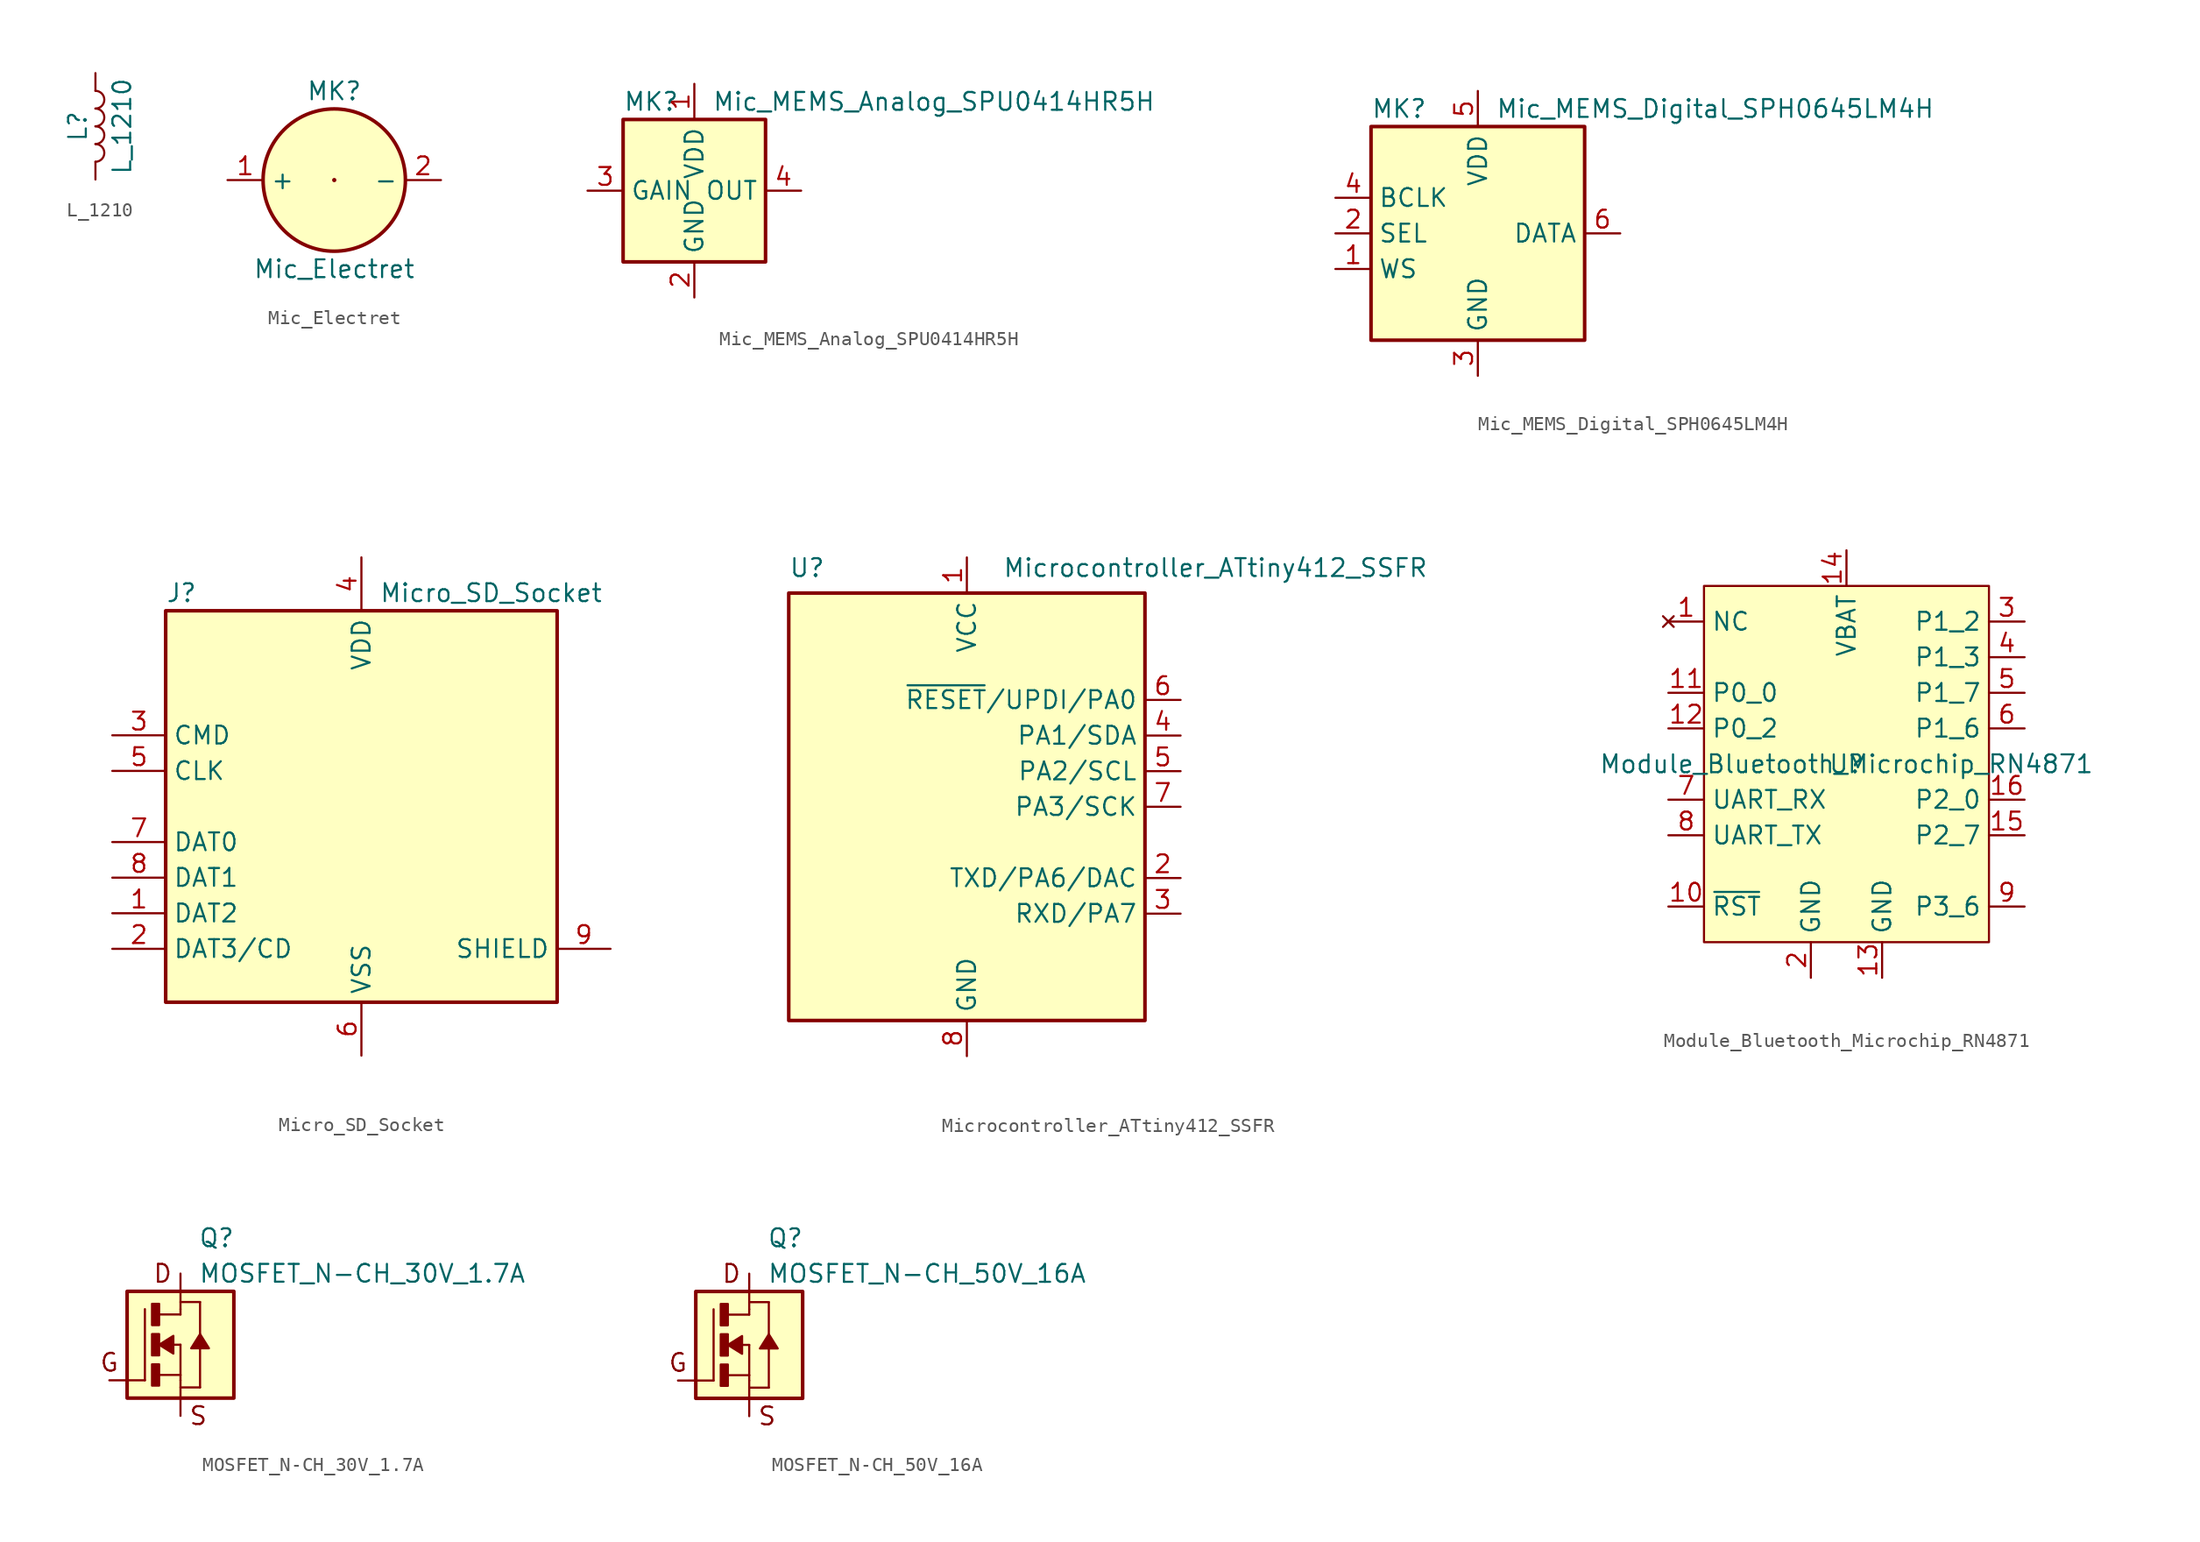
<source format=kicad_sym>
(kicad_symbol_lib
  (version 20211014)
  (generator kicad_symbol_editor)
  (symbol "L_1210"
    (pin_numbers hide)
    (pin_names hide)
    (property "Reference" "L"
      (at -1.27 0 90)
      (effects (font (size 1.27 1.27))))
    (property "Value" "L_1210"
      (at 1.905 0 90)
      (effects (font (size 1.27 1.27))))
    (symbol "L_1210_0_1"
      (arc (start 0 -2.54) (mid 0.635 -1.905) (end 0 -1.27) (stroke (width 0) (type default) (color 0 0 0 0)) (fill (type none)))
      (arc (start 0 -1.27) (mid 0.635 -0.635) (end 0 0) (stroke (width 0) (type default) (color 0 0 0 0)) (fill (type none)))
      (arc (start 0 0) (mid 0.635 0.635) (end 0 1.27) (stroke (width 0) (type default) (color 0 0 0 0)) (fill (type none)))
      (arc (start 0 1.27) (mid 0.635 1.905) (end 0 2.54) (stroke (width 0) (type default) (color 0 0 0 0)) (fill (type none))))
    (symbol "L_1210_1_1"
      (pin passive line (at 0 3.81 270) (length 1.27) (name "1" (effects (font (size 1.27 1.27)))) (number "1" (effects (font (size 1.27 1.27)))))
      (pin passive line (at 0 -3.81 90) (length 1.27) (name "2" (effects (font (size 1.27 1.27)))) (number "2" (effects (font (size 1.27 1.27)))))))
  (symbol "Mic_Electret"
    (property "Reference" "MK"
      (at 0 6.35 0)
      (effects (font (size 1.27 1.27))))
    (property "Value" "Mic_Electret"
      (at 0 -6.35 0)
      (effects (font (size 1.27 1.27))))
    (symbol "Mic_Electret_0_1"
      (circle (center 0 0) (radius 0.0001) (stroke (width 0) (type default) (color 0 0 0 0)) (fill (type none)))
      (circle (center 0 0) (radius 5.08) (stroke (width 0.254) (type default) (color 0 0 0 0)) (fill (type background))))
    (symbol "Mic_Electret_1_1"
      (pin passive line (at -7.62 0 0) (length 2.54) (name "+" (effects (font (size 1.27 1.27)))) (number "1" (effects (font (size 1.27 1.27)))))
      (pin passive line (at 7.62 0 180) (length 2.54) (name "-" (effects (font (size 1.27 1.27)))) (number "2" (effects (font (size 1.27 1.27)))))))
  (symbol "Mic_MEMS_Analog_SPU0414HR5H"
    (property "Reference" "MK"
      (at -5.08 6.35 0)
      (effects (font (size 1.27 1.27)) (justify left)))
    (property "Value" "Mic_MEMS_Analog_SPU0414HR5H"
      (at 1.27 6.35 0)
      (effects (font (size 1.27 1.27)) (justify left)))
    (symbol "Mic_MEMS_Analog_SPU0414HR5H_0_1"
      (rectangle (start -5.08 5.08) (end 5.08 -5.08) (stroke (width 0.254) (type default) (color 0 0 0 0)) (fill (type background))))
    (symbol "Mic_MEMS_Analog_SPU0414HR5H_1_1"
      (pin power_in line (at 0 7.62 270) (length 2.54) (name "VDD" (effects (font (size 1.27 1.27)))) (number "1" (effects (font (size 1.27 1.27)))))
      (pin power_in line (at 0 -7.62 90) (length 2.54) (name "GND" (effects (font (size 1.27 1.27)))) (number "2" (effects (font (size 1.27 1.27)))))
      (pin bidirectional line (at -7.62 0 0) (length 2.54) (name "GAIN" (effects (font (size 1.27 1.27)))) (number "3" (effects (font (size 1.27 1.27)))))
      (pin output line (at 7.62 0 180) (length 2.54) (name "OUT" (effects (font (size 1.27 1.27)))) (number "4" (effects (font (size 1.27 1.27)))))))
  (symbol "Mic_MEMS_Digital_SPH0645LM4H"
    (property "Reference" "MK"
      (at -7.62 8.89 0)
      (effects (font (size 1.27 1.27)) (justify left)))
    (property "Value" "Mic_MEMS_Digital_SPH0645LM4H"
      (at 1.27 8.89 0)
      (effects (font (size 1.27 1.27)) (justify left)))
    (symbol "Mic_MEMS_Digital_SPH0645LM4H_0_1"
      (rectangle (start -7.62 7.62) (end 7.62 -7.62) (stroke (width 0.254) (type default) (color 0 0 0 0)) (fill (type background))))
    (symbol "Mic_MEMS_Digital_SPH0645LM4H_1_1"
      (pin input line (at -10.16 -2.54 0) (length 2.54) (name "WS" (effects (font (size 1.27 1.27)))) (number "1" (effects (font (size 1.27 1.27)))))
      (pin input line (at -10.16 0 0) (length 2.54) (name "SEL" (effects (font (size 1.27 1.27)))) (number "2" (effects (font (size 1.27 1.27)))))
      (pin power_in line (at 0 -10.16 90) (length 2.54) (name "GND" (effects (font (size 1.27 1.27)))) (number "3" (effects (font (size 1.27 1.27)))))
      (pin input line (at -10.16 2.54 0) (length 2.54) (name "BCLK" (effects (font (size 1.27 1.27)))) (number "4" (effects (font (size 1.27 1.27)))))
      (pin power_in line (at 0 10.16 270) (length 2.54) (name "VDD" (effects (font (size 1.27 1.27)))) (number "5" (effects (font (size 1.27 1.27)))))
      (pin output line (at 10.16 0 180) (length 2.54) (name "DATA" (effects (font (size 1.27 1.27)))) (number "6" (effects (font (size 1.27 1.27)))))))
  (symbol "Micro_SD_Socket"
    (property "Reference" "J"
      (at -13.97 15.24 0)
      (effects (font (size 1.27 1.27)) (justify left)))
    (property "Value" "Micro_SD_Socket"
      (at 1.27 15.24 0)
      (effects (font (size 1.27 1.27)) (justify left)))
    (symbol "Micro_SD_Socket_0_1"
      (rectangle (start -13.97 13.97) (end 13.97 -13.97) (stroke (width 0.254) (type default) (color 0 0 0 0)) (fill (type background))))
    (symbol "Micro_SD_Socket_1_1"
      (pin bidirectional line (at -17.78 -7.62 0) (length 3.81) (name "DAT2" (effects (font (size 1.27 1.27)))) (number "1" (effects (font (size 1.27 1.27)))))
      (pin bidirectional line (at -17.78 -10.16 0) (length 3.81) (name "DAT3/CD" (effects (font (size 1.27 1.27)))) (number "2" (effects (font (size 1.27 1.27)))))
      (pin input line (at -17.78 5.08 0) (length 3.81) (name "CMD" (effects (font (size 1.27 1.27)))) (number "3" (effects (font (size 1.27 1.27)))))
      (pin power_in line (at 0 17.78 270) (length 3.81) (name "VDD" (effects (font (size 1.27 1.27)))) (number "4" (effects (font (size 1.27 1.27)))))
      (pin input line (at -17.78 2.54 0) (length 3.81) (name "CLK" (effects (font (size 1.27 1.27)))) (number "5" (effects (font (size 1.27 1.27)))))
      (pin power_in line (at 0 -17.78 90) (length 3.81) (name "VSS" (effects (font (size 1.27 1.27)))) (number "6" (effects (font (size 1.27 1.27)))))
      (pin bidirectional line (at -17.78 -2.54 0) (length 3.81) (name "DAT0" (effects (font (size 1.27 1.27)))) (number "7" (effects (font (size 1.27 1.27)))))
      (pin bidirectional line (at -17.78 -5.08 0) (length 3.81) (name "DAT1" (effects (font (size 1.27 1.27)))) (number "8" (effects (font (size 1.27 1.27)))))
      (pin passive line (at 17.78 -10.16 180) (length 3.81) (name "SHIELD" (effects (font (size 1.27 1.27)))) (number "9" (effects (font (size 1.27 1.27)))))))
  (symbol "Microcontroller_ATtiny412_SSFR"
    (property "Reference" "U"
      (at -12.7 17.78 0)
      (effects (font (size 1.27 1.27)) (justify left top)))
    (property "Value" "Microcontroller_ATtiny412_SSFR"
      (at 2.54 17.78 0)
      (effects (font (size 1.27 1.27)) (justify left top)))
    (symbol "Microcontroller_ATtiny412_SSFR_0_1"
      (rectangle (start -12.7 -15.24) (end 12.7 15.24) (stroke (width 0.254) (type default) (color 0 0 0 0)) (fill (type background))))
    (symbol "Microcontroller_ATtiny412_SSFR_1_1"
      (pin power_in line (at 0 17.78 270) (length 2.54) (name "VCC" (effects (font (size 1.27 1.27)))) (number "1" (effects (font (size 1.27 1.27)))))
      (pin bidirectional line (at 15.24 -5.08 180) (length 2.54) (name "TXD/PA6/DAC" (effects (font (size 1.27 1.27)))) (number "2" (effects (font (size 1.27 1.27)))))
      (pin bidirectional line (at 15.24 -7.62 180) (length 2.54) (name "RXD/PA7" (effects (font (size 1.27 1.27)))) (number "3" (effects (font (size 1.27 1.27)))))
      (pin bidirectional line (at 15.24 5.08 180) (length 2.54) (name "PA1/SDA" (effects (font (size 1.27 1.27)))) (number "4" (effects (font (size 1.27 1.27)))))
      (pin bidirectional line (at 15.24 2.54 180) (length 2.54) (name "PA2/SCL" (effects (font (size 1.27 1.27)))) (number "5" (effects (font (size 1.27 1.27)))))
      (pin bidirectional line (at 15.24 7.62 180) (length 2.54) (name "~{RESET}/UPDI/PA0" (effects (font (size 1.27 1.27)))) (number "6" (effects (font (size 1.27 1.27)))))
      (pin bidirectional line (at 15.24 0 180) (length 2.54) (name "PA3/SCK" (effects (font (size 1.27 1.27)))) (number "7" (effects (font (size 1.27 1.27)))))
      (pin power_in line (at 0 -17.78 90) (length 2.54) (name "GND" (effects (font (size 1.27 1.27)))) (number "8" (effects (font (size 1.27 1.27)))))))
  (symbol "Module_Bluetooth_Microchip_RN4871"
    (property "Reference" "U"
      (at 0 0 0)
      (effects (font (size 1.27 1.27))))
    (property "Value" "Module_Bluetooth_Microchip_RN4871"
      (at 0 0 0)
      (effects (font (size 1.27 1.27))))
    (symbol "Module_Bluetooth_Microchip_RN4871_0_1"
      (rectangle (start -10.16 12.7) (end 10.16 -12.7) (stroke (width 0) (type default) (color 0 0 0 0)) (fill (type background))))
    (symbol "Module_Bluetooth_Microchip_RN4871_1_1"
      (pin no_connect line (at -12.7 10.16 0) (length 2.54) (name "NC" (effects (font (size 1.27 1.27)))) (number "1" (effects (font (size 1.27 1.27)))))
      (pin input line (at -12.7 -10.16 0) (length 2.54) (name "~{RST}" (effects (font (size 1.27 1.27)))) (number "10" (effects (font (size 1.27 1.27)))))
      (pin bidirectional line (at -12.7 5.08 0) (length 2.54) (name "P0_0" (effects (font (size 1.27 1.27)))) (number "11" (effects (font (size 1.27 1.27)))))
      (pin bidirectional line (at -12.7 2.54 0) (length 2.54) (name "P0_2" (effects (font (size 1.27 1.27)))) (number "12" (effects (font (size 1.27 1.27)))))
      (pin power_in line (at 2.54 -15.24 90) (length 2.54) (name "GND" (effects (font (size 1.27 1.27)))) (number "13" (effects (font (size 1.27 1.27)))))
      (pin power_in line (at 0 15.24 270) (length 2.54) (name "VBAT" (effects (font (size 1.27 1.27)))) (number "14" (effects (font (size 1.27 1.27)))))
      (pin bidirectional line (at 12.7 -5.08 180) (length 2.54) (name "P2_7" (effects (font (size 1.27 1.27)))) (number "15" (effects (font (size 1.27 1.27)))))
      (pin bidirectional line (at 12.7 -2.54 180) (length 2.54) (name "P2_0" (effects (font (size 1.27 1.27)))) (number "16" (effects (font (size 1.27 1.27)))))
      (pin power_in line (at -2.54 -15.24 90) (length 2.54) (name "GND" (effects (font (size 1.27 1.27)))) (number "2" (effects (font (size 1.27 1.27)))))
      (pin bidirectional line (at 12.7 10.16 180) (length 2.54) (name "P1_2" (effects (font (size 1.27 1.27)))) (number "3" (effects (font (size 1.27 1.27)))))
      (pin bidirectional line (at 12.7 7.62 180) (length 2.54) (name "P1_3" (effects (font (size 1.27 1.27)))) (number "4" (effects (font (size 1.27 1.27)))))
      (pin bidirectional line (at 12.7 5.08 180) (length 2.54) (name "P1_7" (effects (font (size 1.27 1.27)))) (number "5" (effects (font (size 1.27 1.27)))))
      (pin bidirectional line (at 12.7 2.54 180) (length 2.54) (name "P1_6" (effects (font (size 1.27 1.27)))) (number "6" (effects (font (size 1.27 1.27)))))
      (pin bidirectional line (at -12.7 -2.54 0) (length 2.54) (name "UART_RX" (effects (font (size 1.27 1.27)))) (number "7" (effects (font (size 1.27 1.27)))))
      (pin bidirectional line (at -12.7 -5.08 0) (length 2.54) (name "UART_TX" (effects (font (size 1.27 1.27)))) (number "8" (effects (font (size 1.27 1.27)))))
      (pin bidirectional line (at 12.7 -10.16 180) (length 2.54) (name "P3_6" (effects (font (size 1.27 1.27)))) (number "9" (effects (font (size 1.27 1.27)))))))
  (symbol "MOSFET_N-CH_30V_1.7A"
    (pin_numbers hide)
    (pin_names
      (offset 1.016) hide)
    (property "Reference" "Q"
      (at 1.27 7.62 0)
      (effects (font (size 1.27 1.27)) (justify left)))
    (property "Value" "MOSFET_N-CH_30V_1.7A"
      (at 1.27 5.08 0)
      (effects (font (size 1.27 1.27)) (justify left)))
    (symbol "MOSFET_N-CH_30V_1.7A_0_1"
      (rectangle (start -3.81 3.81) (end 3.81 -3.81) (stroke (width 0.254) (type default) (color 0 0 0 0)) (fill (type background))))
    (symbol "MOSFET_N-CH_30V_1.7A_1_0"
      (polyline (pts (xy -2.54 -2.54) (xy -2.54 2.54)) (stroke (width 0) (type default) (color 0 0 0 0)) (fill (type none)))
      (polyline (pts (xy -1.524 -2.159) (xy 0 -2.159)) (stroke (width 0) (type default) (color 0 0 0 0)) (fill (type none)))
      (polyline (pts (xy -1.524 2.159) (xy 0 2.159)) (stroke (width 0) (type default) (color 0 0 0 0)) (fill (type none)))
      (polyline (pts (xy -0.508 0) (xy 0 0)) (stroke (width 0) (type default) (color 0 0 0 0)) (fill (type none)))
      (polyline (pts (xy 0 -2.159) (xy 0 -2.54)) (stroke (width 0) (type default) (color 0 0 0 0)) (fill (type none)))
      (polyline (pts (xy 0 0) (xy 0 -2.159)) (stroke (width 0) (type default) (color 0 0 0 0)) (fill (type none)))
      (polyline (pts (xy 0 2.159) (xy 0 2.54)) (stroke (width 0) (type default) (color 0 0 0 0)) (fill (type none)))
      (polyline (pts (xy 0 3.048) (xy 1.397 3.048)) (stroke (width 0) (type default) (color 0 0 0 0)) (fill (type none)))
      (polyline (pts (xy 1.397 -3.048) (xy 0 -3.048)) (stroke (width 0) (type default) (color 0 0 0 0)) (fill (type none)))
      (polyline (pts (xy 1.397 -0.254) (xy 1.397 -3.048)) (stroke (width 0) (type default) (color 0 0 0 0)) (fill (type none)))
      (polyline (pts (xy 1.397 3.048) (xy 1.397 0.762)) (stroke (width 0) (type default) (color 0 0 0 0)) (fill (type none)))
      (text "D" (at -1.27 5.08 0) (effects (font (size 1.27 1.27))))
      (text "G" (at -5.08 -1.27 0) (effects (font (size 1.27 1.27))))
      (text "S" (at 1.27 -5.08 0) (effects (font (size 1.27 1.27)))))
    (symbol "MOSFET_N-CH_30V_1.7A_1_1"
      (rectangle (start -2.032 -2.921) (end -1.524 -1.397) (stroke (width 0) (type default) (color 0 0 0 0)) (fill (type outline)))
      (rectangle (start -2.032 -0.762) (end -1.524 0.762) (stroke (width 0) (type default) (color 0 0 0 0)) (fill (type outline)))
      (rectangle (start -2.032 1.397) (end -1.524 2.921) (stroke (width 0) (type default) (color 0 0 0 0)) (fill (type outline)))
      (polyline (pts (xy -1.524 0) (xy -0.508 0.635) (xy -0.508 0.635) (xy -0.508 -0.635) (xy -0.508 -0.635) (xy -1.524 0)) (stroke (width 0) (type default) (color 0 0 0 0)) (fill (type outline)))
      (polyline (pts (xy 1.397 0.762) (xy 2.032 -0.254) (xy 2.032 -0.254) (xy 0.762 -0.254) (xy 0.762 -0.254) (xy 1.397 0.762)) (stroke (width 0) (type default) (color 0 0 0 0)) (fill (type outline)))
      (pin passive line (at -5.08 -2.54 0) (length 2.54) (name "G" (effects (font (size 1.27 1.27)))) (number "1" (effects (font (size 1.27 1.27)))))
      (pin passive line (at 0 -5.08 90) (length 2.54) (name "S" (effects (font (size 1.27 1.27)))) (number "2" (effects (font (size 1.27 1.27)))))
      (pin passive line (at 0 5.08 270) (length 2.54) (name "D" (effects (font (size 1.27 1.27)))) (number "3" (effects (font (size 1.27 1.27)))))))
  (symbol "MOSFET_N-CH_50V_16A"
    (pin_numbers hide)
    (pin_names hide)
    (property "Reference" "Q"
      (at 1.27 7.62 0)
      (effects (font (size 1.27 1.27)) (justify left)))
    (property "Value" "MOSFET_N-CH_50V_16A"
      (at 1.27 5.08 0)
      (effects (font (size 1.27 1.27)) (justify left)))
    (symbol "MOSFET_N-CH_50V_16A_0_0"
      (rectangle (start -3.81 3.81) (end 3.81 -3.81) (stroke (width 0.254) (type default) (color 0 0 0 0)) (fill (type background))))
    (symbol "MOSFET_N-CH_50V_16A_1_0"
      (polyline (pts (xy -2.54 -2.54) (xy -2.54 2.54)) (stroke (width 0) (type default) (color 0 0 0 0)) (fill (type none)))
      (polyline (pts (xy -1.524 -2.159) (xy 0 -2.159)) (stroke (width 0) (type default) (color 0 0 0 0)) (fill (type none)))
      (polyline (pts (xy -1.524 2.159) (xy 0 2.159)) (stroke (width 0) (type default) (color 0 0 0 0)) (fill (type none)))
      (polyline (pts (xy -0.508 0) (xy 0 0)) (stroke (width 0) (type default) (color 0 0 0 0)) (fill (type none)))
      (polyline (pts (xy 0 -2.159) (xy 0 -2.54)) (stroke (width 0) (type default) (color 0 0 0 0)) (fill (type none)))
      (polyline (pts (xy 0 0) (xy 0 -2.159)) (stroke (width 0) (type default) (color 0 0 0 0)) (fill (type none)))
      (polyline (pts (xy 0 2.159) (xy 0 2.54)) (stroke (width 0) (type default) (color 0 0 0 0)) (fill (type none)))
      (polyline (pts (xy 0 3.048) (xy 1.397 3.048)) (stroke (width 0) (type default) (color 0 0 0 0)) (fill (type none)))
      (polyline (pts (xy 1.397 -3.048) (xy 0 -3.048)) (stroke (width 0) (type default) (color 0 0 0 0)) (fill (type none)))
      (polyline (pts (xy 1.397 -0.254) (xy 1.397 -3.048)) (stroke (width 0) (type default) (color 0 0 0 0)) (fill (type none)))
      (polyline (pts (xy 1.397 3.048) (xy 1.397 0.762)) (stroke (width 0) (type default) (color 0 0 0 0)) (fill (type none)))
      (text "D" (at -1.27 5.08 0) (effects (font (size 1.27 1.27))))
      (text "G" (at -5.08 -1.27 0) (effects (font (size 1.27 1.27))))
      (text "S" (at 1.27 -5.08 0) (effects (font (size 1.27 1.27)))))
    (symbol "MOSFET_N-CH_50V_16A_1_1"
      (rectangle (start -2.032 -2.921) (end -1.524 -1.397) (stroke (width 0) (type default) (color 0 0 0 0)) (fill (type outline)))
      (rectangle (start -2.032 -0.762) (end -1.524 0.762) (stroke (width 0) (type default) (color 0 0 0 0)) (fill (type outline)))
      (rectangle (start -2.032 1.397) (end -1.524 2.921) (stroke (width 0) (type default) (color 0 0 0 0)) (fill (type outline)))
      (polyline (pts (xy -1.524 0) (xy -0.508 0.635) (xy -0.508 0.635) (xy -0.508 -0.635) (xy -0.508 -0.635) (xy -1.524 0)) (stroke (width 0) (type default) (color 0 0 0 0)) (fill (type outline)))
      (polyline (pts (xy 1.397 0.762) (xy 2.032 -0.254) (xy 2.032 -0.254) (xy 0.762 -0.254) (xy 0.762 -0.254) (xy 1.397 0.762)) (stroke (width 0) (type default) (color 0 0 0 0)) (fill (type outline)))
      (pin passive line (at -5.08 -2.54 0) (length 2.54) (name "G" (effects (font (size 1.27 1.27)))) (number "1" (effects (font (size 1.27 1.27)))))
      (pin passive line (at 0 5.08 270) (length 2.54) (name "D" (effects (font (size 1.27 1.27)))) (number "2" (effects (font (size 1.27 1.27)))))
      (pin passive line (at 0 -5.08 90) (length 2.54) (name "S" (effects (font (size 1.27 1.27)))) (number "3" (effects (font (size 1.27 1.27))))))))
</source>
